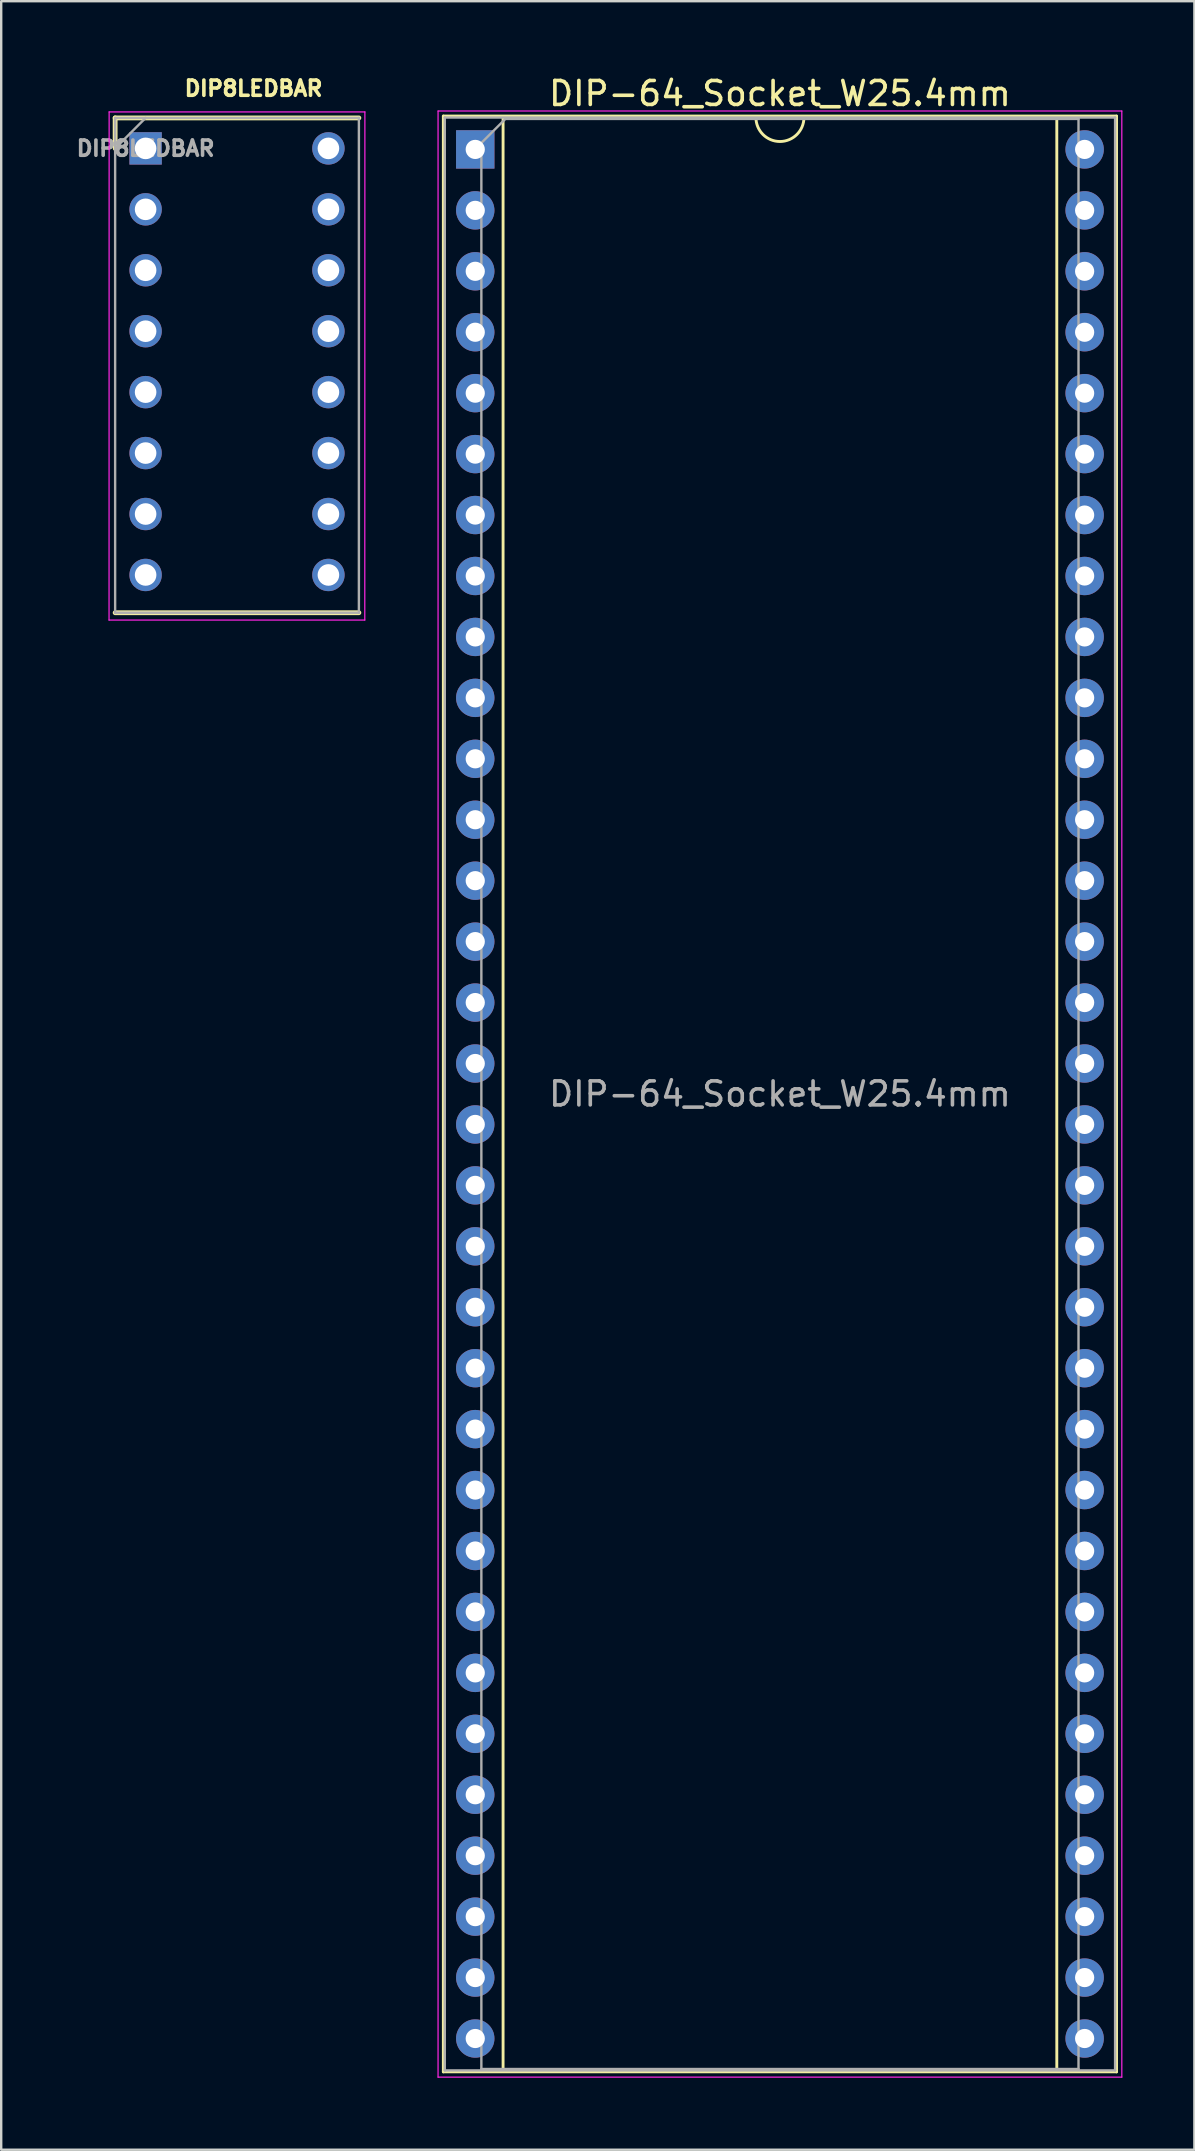
<source format=kicad_pcb>
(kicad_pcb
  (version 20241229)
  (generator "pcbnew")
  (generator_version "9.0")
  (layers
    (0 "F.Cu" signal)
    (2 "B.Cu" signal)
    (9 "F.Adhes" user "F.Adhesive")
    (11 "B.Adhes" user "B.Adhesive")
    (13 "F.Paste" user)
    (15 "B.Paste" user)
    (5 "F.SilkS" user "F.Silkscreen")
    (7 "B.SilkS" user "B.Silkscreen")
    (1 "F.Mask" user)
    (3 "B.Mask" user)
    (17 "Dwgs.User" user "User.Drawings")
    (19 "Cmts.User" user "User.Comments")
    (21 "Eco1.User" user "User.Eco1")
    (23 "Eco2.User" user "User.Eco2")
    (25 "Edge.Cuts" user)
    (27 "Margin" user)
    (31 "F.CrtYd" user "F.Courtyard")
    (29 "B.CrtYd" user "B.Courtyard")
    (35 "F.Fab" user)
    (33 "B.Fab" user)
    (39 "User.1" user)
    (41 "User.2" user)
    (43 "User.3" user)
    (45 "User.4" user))
  (footprint "DIP-64_Socket_W25.4mm"
    (layer "F.Cu")
    (at 16.759 3.178)
    (property "Reference" "DIP-64_Socket_W25.4mm" (at 12.7 -2.33 0) (layer "F.SilkS") (effects (font (size 1 1) (thickness 0.15))))
    (attr through_hole)
    (fp_line (start -1.33 -1.39) (end -1.33 80.13) (stroke (width 0.12) (type solid)) (layer "F.SilkS"))
    (fp_line (start -1.33 80.13) (end 26.73 80.13) (stroke (width 0.12) (type solid)) (layer "F.SilkS"))
    (fp_line (start 1.16 -1.33) (end 1.16 80.07) (stroke (width 0.12) (type solid)) (layer "F.SilkS"))
    (fp_line (start 1.16 80.07) (end 24.24 80.07) (stroke (width 0.12) (type solid)) (layer "F.SilkS"))
    (fp_line (start 11.7 -1.33) (end 1.16 -1.33) (stroke (width 0.12) (type solid)) (layer "F.SilkS"))
    (fp_line (start 24.24 -1.33) (end 13.7 -1.33) (stroke (width 0.12) (type solid)) (layer "F.SilkS"))
    (fp_line (start 24.24 80.07) (end 24.24 -1.33) (stroke (width 0.12) (type solid)) (layer "F.SilkS"))
    (fp_line (start 26.73 -1.39) (end -1.33 -1.39) (stroke (width 0.12) (type solid)) (layer "F.SilkS"))
    (fp_line (start 26.73 80.13) (end 26.73 -1.39) (stroke (width 0.12) (type solid)) (layer "F.SilkS"))
    (fp_arc (start 13.7 -1.33) (mid 12.7 -0.33) (end 11.7 -1.33) (stroke (width 0.12) (type solid)) (layer "F.SilkS"))
    (fp_line (start -1.55 -1.6) (end -1.55 80.35) (stroke (width 0.05) (type solid)) (layer "F.CrtYd"))
    (fp_line (start -1.55 80.35) (end 26.95 80.35) (stroke (width 0.05) (type solid)) (layer "F.CrtYd"))
    (fp_line (start 26.95 -1.6) (end -1.55 -1.6) (stroke (width 0.05) (type solid)) (layer "F.CrtYd"))
    (fp_line (start 26.95 80.35) (end 26.95 -1.6) (stroke (width 0.05) (type solid)) (layer "F.CrtYd"))
    (fp_line (start -1.27 -1.33) (end -1.27 80.07) (stroke (width 0.1) (type solid)) (layer "F.Fab"))
    (fp_line (start -1.27 80.07) (end 26.67 80.07) (stroke (width 0.1) (type solid)) (layer "F.Fab"))
    (fp_line (start 0.255 -0.27) (end 1.255 -1.27) (stroke (width 0.1) (type solid)) (layer "F.Fab"))
    (fp_line (start 0.255 80.01) (end 0.255 -0.27) (stroke (width 0.1) (type solid)) (layer "F.Fab"))
    (fp_line (start 1.255 -1.27) (end 25.145 -1.27) (stroke (width 0.1) (type solid)) (layer "F.Fab"))
    (fp_line (start 25.145 -1.27) (end 25.145 80.01) (stroke (width 0.1) (type solid)) (layer "F.Fab"))
    (fp_line (start 25.145 80.01) (end 0.255 80.01) (stroke (width 0.1) (type solid)) (layer "F.Fab"))
    (fp_line (start 26.67 -1.33) (end -1.27 -1.33) (stroke (width 0.1) (type solid)) (layer "F.Fab"))
    (fp_line (start 26.67 80.07) (end 26.67 -1.33) (stroke (width 0.1) (type solid)) (layer "F.Fab"))
    (fp_text user "${REFERENCE}" (at 12.7 39.37 0) (layer "F.Fab") (effects (font (size 1 1) (thickness 0.15))))
    (pad "1" thru_hole rect (at 0 0) (size 1.6 1.6) (drill 0.8) (layers "*.Cu" "*.Mask"))
    (pad "2" thru_hole oval (at 0 2.54) (size 1.6 1.6) (drill 0.8) (layers "*.Cu" "*.Mask"))
    (pad "3" thru_hole oval (at 0 5.08) (size 1.6 1.6) (drill 0.8) (layers "*.Cu" "*.Mask"))
    (pad "4" thru_hole oval (at 0 7.62) (size 1.6 1.6) (drill 0.8) (layers "*.Cu" "*.Mask"))
    (pad "5" thru_hole oval (at 0 10.16) (size 1.6 1.6) (drill 0.8) (layers "*.Cu" "*.Mask"))
    (pad "6" thru_hole oval (at 0 12.7) (size 1.6 1.6) (drill 0.8) (layers "*.Cu" "*.Mask"))
    (pad "7" thru_hole oval (at 0 15.24) (size 1.6 1.6) (drill 0.8) (layers "*.Cu" "*.Mask"))
    (pad "8" thru_hole oval (at 0 17.78) (size 1.6 1.6) (drill 0.8) (layers "*.Cu" "*.Mask"))
    (pad "9" thru_hole oval (at 0 20.32) (size 1.6 1.6) (drill 0.8) (layers "*.Cu" "*.Mask"))
    (pad "10" thru_hole oval (at 0 22.86) (size 1.6 1.6) (drill 0.8) (layers "*.Cu" "*.Mask"))
    (pad "11" thru_hole oval (at 0 25.4) (size 1.6 1.6) (drill 0.8) (layers "*.Cu" "*.Mask"))
    (pad "12" thru_hole oval (at 0 27.94) (size 1.6 1.6) (drill 0.8) (layers "*.Cu" "*.Mask"))
    (pad "13" thru_hole oval (at 0 30.48) (size 1.6 1.6) (drill 0.8) (layers "*.Cu" "*.Mask"))
    (pad "14" thru_hole oval (at 0 33.02) (size 1.6 1.6) (drill 0.8) (layers "*.Cu" "*.Mask"))
    (pad "15" thru_hole oval (at 0 35.56) (size 1.6 1.6) (drill 0.8) (layers "*.Cu" "*.Mask"))
    (pad "16" thru_hole oval (at 0 38.1) (size 1.6 1.6) (drill 0.8) (layers "*.Cu" "*.Mask"))
    (pad "17" thru_hole oval (at 0 40.64) (size 1.6 1.6) (drill 0.8) (layers "*.Cu" "*.Mask"))
    (pad "18" thru_hole oval (at 0 43.18) (size 1.6 1.6) (drill 0.8) (layers "*.Cu" "*.Mask"))
    (pad "19" thru_hole oval (at 0 45.72) (size 1.6 1.6) (drill 0.8) (layers "*.Cu" "*.Mask"))
    (pad "20" thru_hole oval (at 0 48.26) (size 1.6 1.6) (drill 0.8) (layers "*.Cu" "*.Mask"))
    (pad "21" thru_hole oval (at 0 50.8) (size 1.6 1.6) (drill 0.8) (layers "*.Cu" "*.Mask"))
    (pad "22" thru_hole oval (at 0 53.34) (size 1.6 1.6) (drill 0.8) (layers "*.Cu" "*.Mask"))
    (pad "23" thru_hole oval (at 0 55.88) (size 1.6 1.6) (drill 0.8) (layers "*.Cu" "*.Mask"))
    (pad "24" thru_hole oval (at 0 58.42) (size 1.6 1.6) (drill 0.8) (layers "*.Cu" "*.Mask"))
    (pad "25" thru_hole oval (at 0 60.96) (size 1.6 1.6) (drill 0.8) (layers "*.Cu" "*.Mask"))
    (pad "26" thru_hole oval (at 0 63.5) (size 1.6 1.6) (drill 0.8) (layers "*.Cu" "*.Mask"))
    (pad "27" thru_hole oval (at 0 66.04) (size 1.6 1.6) (drill 0.8) (layers "*.Cu" "*.Mask"))
    (pad "28" thru_hole oval (at 0 68.58) (size 1.6 1.6) (drill 0.8) (layers "*.Cu" "*.Mask"))
    (pad "29" thru_hole oval (at 0 71.12) (size 1.6 1.6) (drill 0.8) (layers "*.Cu" "*.Mask"))
    (pad "30" thru_hole oval (at 0 73.66) (size 1.6 1.6) (drill 0.8) (layers "*.Cu" "*.Mask"))
    (pad "31" thru_hole oval (at 0 76.2) (size 1.6 1.6) (drill 0.8) (layers "*.Cu" "*.Mask"))
    (pad "32" thru_hole oval (at 0 78.74) (size 1.6 1.6) (drill 0.8) (layers "*.Cu" "*.Mask"))
    (pad "33" thru_hole oval (at 25.4 78.74) (size 1.6 1.6) (drill 0.8) (layers "*.Cu" "*.Mask"))
    (pad "34" thru_hole oval (at 25.4 76.2) (size 1.6 1.6) (drill 0.8) (layers "*.Cu" "*.Mask"))
    (pad "35" thru_hole oval (at 25.4 73.66) (size 1.6 1.6) (drill 0.8) (layers "*.Cu" "*.Mask"))
    (pad "36" thru_hole oval (at 25.4 71.12) (size 1.6 1.6) (drill 0.8) (layers "*.Cu" "*.Mask"))
    (pad "37" thru_hole oval (at 25.4 68.58) (size 1.6 1.6) (drill 0.8) (layers "*.Cu" "*.Mask"))
    (pad "38" thru_hole oval (at 25.4 66.04) (size 1.6 1.6) (drill 0.8) (layers "*.Cu" "*.Mask"))
    (pad "39" thru_hole oval (at 25.4 63.5) (size 1.6 1.6) (drill 0.8) (layers "*.Cu" "*.Mask"))
    (pad "40" thru_hole oval (at 25.4 60.96) (size 1.6 1.6) (drill 0.8) (layers "*.Cu" "*.Mask"))
    (pad "41" thru_hole oval (at 25.4 58.42) (size 1.6 1.6) (drill 0.8) (layers "*.Cu" "*.Mask"))
    (pad "42" thru_hole oval (at 25.4 55.88) (size 1.6 1.6) (drill 0.8) (layers "*.Cu" "*.Mask"))
    (pad "43" thru_hole oval (at 25.4 53.34) (size 1.6 1.6) (drill 0.8) (layers "*.Cu" "*.Mask"))
    (pad "44" thru_hole oval (at 25.4 50.8) (size 1.6 1.6) (drill 0.8) (layers "*.Cu" "*.Mask"))
    (pad "45" thru_hole oval (at 25.4 48.26) (size 1.6 1.6) (drill 0.8) (layers "*.Cu" "*.Mask"))
    (pad "46" thru_hole oval (at 25.4 45.72) (size 1.6 1.6) (drill 0.8) (layers "*.Cu" "*.Mask"))
    (pad "47" thru_hole oval (at 25.4 43.18) (size 1.6 1.6) (drill 0.8) (layers "*.Cu" "*.Mask"))
    (pad "48" thru_hole oval (at 25.4 40.64) (size 1.6 1.6) (drill 0.8) (layers "*.Cu" "*.Mask"))
    (pad "49" thru_hole oval (at 25.4 38.1) (size 1.6 1.6) (drill 0.8) (layers "*.Cu" "*.Mask"))
    (pad "50" thru_hole oval (at 25.4 35.56) (size 1.6 1.6) (drill 0.8) (layers "*.Cu" "*.Mask"))
    (pad "51" thru_hole oval (at 25.4 33.02) (size 1.6 1.6) (drill 0.8) (layers "*.Cu" "*.Mask"))
    (pad "52" thru_hole oval (at 25.4 30.48) (size 1.6 1.6) (drill 0.8) (layers "*.Cu" "*.Mask"))
    (pad "53" thru_hole oval (at 25.4 27.94) (size 1.6 1.6) (drill 0.8) (layers "*.Cu" "*.Mask"))
    (pad "54" thru_hole oval (at 25.4 25.4) (size 1.6 1.6) (drill 0.8) (layers "*.Cu" "*.Mask"))
    (pad "55" thru_hole oval (at 25.4 22.86) (size 1.6 1.6) (drill 0.8) (layers "*.Cu" "*.Mask"))
    (pad "56" thru_hole oval (at 25.4 20.32) (size 1.6 1.6) (drill 0.8) (layers "*.Cu" "*.Mask"))
    (pad "57" thru_hole oval (at 25.4 17.78) (size 1.6 1.6) (drill 0.8) (layers "*.Cu" "*.Mask"))
    (pad "58" thru_hole oval (at 25.4 15.24) (size 1.6 1.6) (drill 0.8) (layers "*.Cu" "*.Mask"))
    (pad "59" thru_hole oval (at 25.4 12.7) (size 1.6 1.6) (drill 0.8) (layers "*.Cu" "*.Mask"))
    (pad "60" thru_hole oval (at 25.4 10.16) (size 1.6 1.6) (drill 0.8) (layers "*.Cu" "*.Mask"))
    (pad "61" thru_hole oval (at 25.4 7.62) (size 1.6 1.6) (drill 0.8) (layers "*.Cu" "*.Mask"))
    (pad "62" thru_hole oval (at 25.4 5.08) (size 1.6 1.6) (drill 0.8) (layers "*.Cu" "*.Mask"))
    (pad "63" thru_hole oval (at 25.4 2.54) (size 1.6 1.6) (drill 0.8) (layers "*.Cu" "*.Mask"))
    (pad "64" thru_hole oval (at 25.4 0) (size 1.6 1.6) (drill 0.8) (layers "*.Cu" "*.Mask")))
  (footprint "DIP8LEDBAR"
    (layer "F.Cu")
    (at 3.019 3.135)
    (property "Reference" "DIP8LEDBAR" (at 4.5 -2.5 0) (layer "F.SilkS") (effects (font (size 0.635 0.635) (thickness 0.15))))
    (attr through_hole)
    (fp_line (start -1.27 -1.27) (end -1.27 0) (stroke (width 0.2) (type solid)) (layer "F.SilkS"))
    (fp_line (start -1.27 19.355) (end 8.89 19.355) (stroke (width 0.2) (type solid)) (layer "F.SilkS"))
    (fp_line (start 8.89 -1.27) (end -1.27 -1.27) (stroke (width 0.2) (type solid)) (layer "F.SilkS"))
    (fp_line (start -1.524 19.66) (end -1.52 -1.52) (stroke (width 0.05) (type solid)) (layer "F.CrtYd"))
    (fp_line (start -1.52 -1.52) (end 9.14 -1.52) (stroke (width 0.05) (type solid)) (layer "F.CrtYd"))
    (fp_line (start 9.136 19.66) (end -1.524 19.66) (stroke (width 0.05) (type solid)) (layer "F.CrtYd"))
    (fp_line (start 9.14 -1.52) (end 9.136 19.66) (stroke (width 0.05) (type solid)) (layer "F.CrtYd"))
    (fp_line (start -1.27 -1.27) (end 8.89 -1.27) (stroke (width 0.1) (type solid)) (layer "F.Fab"))
    (fp_line (start -1.27 0) (end 0 -1.27) (stroke (width 0.1) (type solid)) (layer "F.Fab"))
    (fp_line (start -1.27 19.355) (end -1.27 -1.27) (stroke (width 0.1) (type solid)) (layer "F.Fab"))
    (fp_line (start 8.89 -1.27) (end 8.89 19.355) (stroke (width 0.1) (type solid)) (layer "F.Fab"))
    (fp_line (start 8.89 19.355) (end -1.27 19.355) (stroke (width 0.1) (type solid)) (layer "F.Fab"))
    (fp_text user "${REFERENCE}" (at 0 0 0) (layer "F.Fab") (effects (font (size 0.635 0.635) (thickness 0.15))))
    (pad "1" thru_hole rect (at 0 0) (size 1.35 1.35) (drill 0.9) (layers "*.Cu" "*.Mask"))
    (pad "2" thru_hole circle (at 0 2.54) (size 1.35 1.35) (drill 0.9) (layers "*.Cu" "*.Mask"))
    (pad "3" thru_hole circle (at 0 5.08) (size 1.35 1.35) (drill 0.9) (layers "*.Cu" "*.Mask"))
    (pad "4" thru_hole circle (at 0 7.62) (size 1.35 1.35) (drill 0.9) (layers "*.Cu" "*.Mask"))
    (pad "5" thru_hole circle (at 0 10.16) (size 1.35 1.35) (drill 0.9) (layers "*.Cu" "*.Mask"))
    (pad "6" thru_hole circle (at 0 12.7) (size 1.35 1.35) (drill 0.9) (layers "*.Cu" "*.Mask"))
    (pad "7" thru_hole circle (at 0 15.24) (size 1.35 1.35) (drill 0.9) (layers "*.Cu" "*.Mask"))
    (pad "8" thru_hole circle (at 0 17.78) (size 1.35 1.35) (drill 0.9) (layers "*.Cu" "*.Mask"))
    (pad "9" thru_hole circle (at 7.62 17.78) (size 1.35 1.35) (drill 0.9) (layers "*.Cu" "*.Mask"))
    (pad "10" thru_hole circle (at 7.62 15.24) (size 1.35 1.35) (drill 0.9) (layers "*.Cu" "*.Mask"))
    (pad "11" thru_hole circle (at 7.62 12.7) (size 1.35 1.35) (drill 0.9) (layers "*.Cu" "*.Mask"))
    (pad "12" thru_hole circle (at 7.62 10.16) (size 1.35 1.35) (drill 0.9) (layers "*.Cu" "*.Mask"))
    (pad "13" thru_hole circle (at 7.62 7.62) (size 1.35 1.35) (drill 0.9) (layers "*.Cu" "*.Mask"))
    (pad "14" thru_hole circle (at 7.62 5.08) (size 1.35 1.35) (drill 0.9) (layers "*.Cu" "*.Mask"))
    (pad "15" thru_hole circle (at 7.62 2.54) (size 1.35 1.35) (drill 0.9) (layers "*.Cu" "*.Mask"))
    (pad "16" thru_hole circle (at 7.62 0) (size 1.35 1.35) (drill 0.9) (layers "*.Cu" "*.Mask")))
  (gr_rect
    (start -3 -3)
    (end 46.734 86.553)
    (stroke (width 0.1) (type default))
    (fill no)
    (layer "Edge.Cuts")))
</source>
